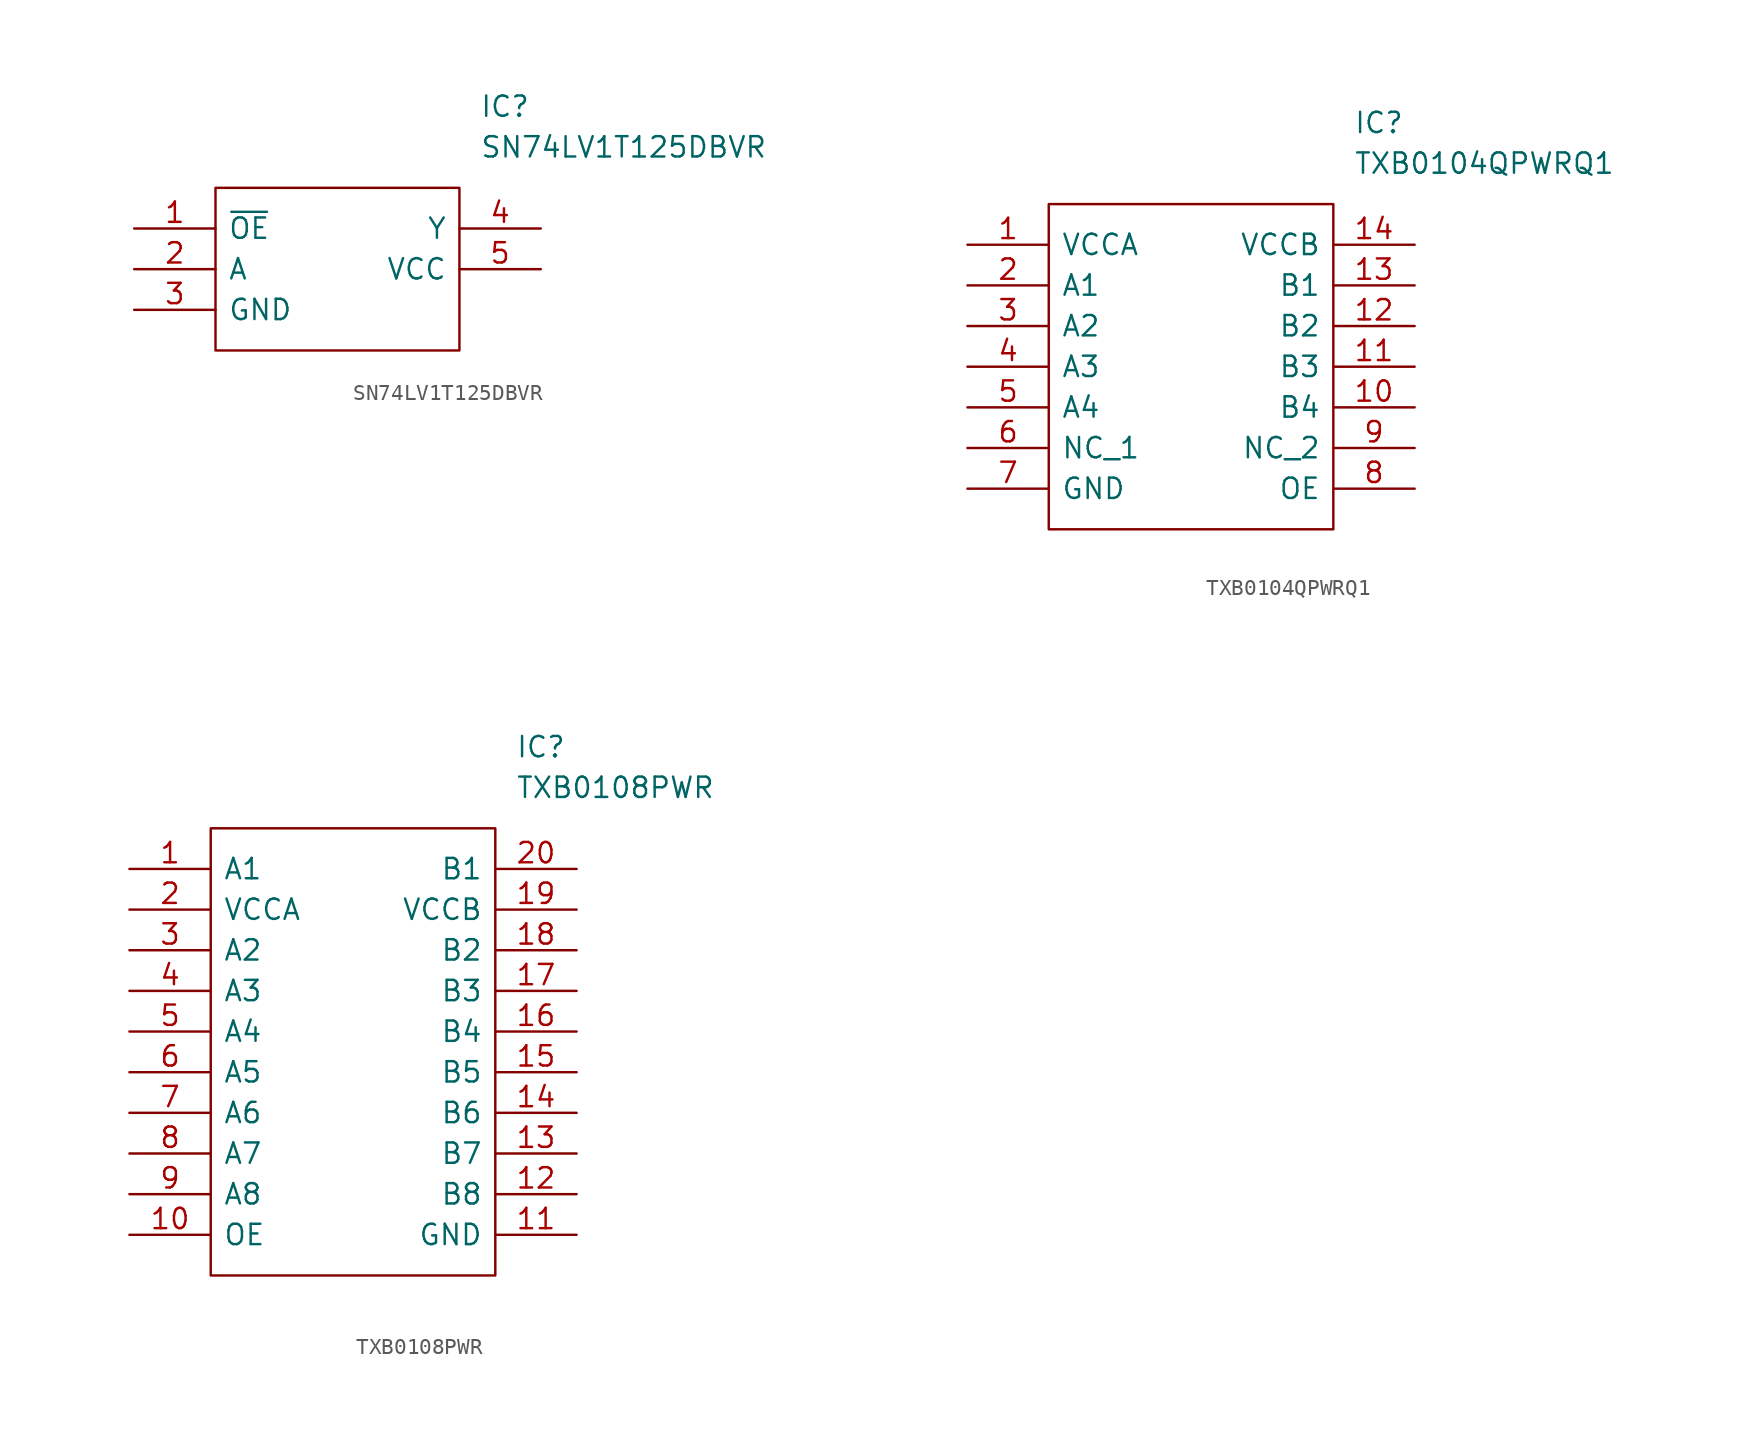
<source format=kicad_sym>
(kicad_symbol_lib
  (version 20211014)
  (generator kicad_symbol_editor)
  (symbol "SN74LV1T125DBVR"
    (pin_names
      (offset 0.762))
    (property "Reference" "IC"
      (at 21.59 7.62 0)
      (effects (font (size 1.27 1.27)) (justify left)))
    (property "Value" "SN74LV1T125DBVR"
      (at 21.59 5.08 0)
      (effects (font (size 1.27 1.27)) (justify left)))
    (symbol "SN74LV1T125DBVR_0_0"
      (pin passive line (at 0 0 0) (length 5.08) (name "~{OE}" (effects (font (size 1.27 1.27)))) (number "1" (effects (font (size 1.27 1.27)))))
      (pin passive line (at 0 -2.54 0) (length 5.08) (name "A" (effects (font (size 1.27 1.27)))) (number "2" (effects (font (size 1.27 1.27)))))
      (pin passive line (at 0 -5.08 0) (length 5.08) (name "GND" (effects (font (size 1.27 1.27)))) (number "3" (effects (font (size 1.27 1.27)))))
      (pin passive line (at 25.4 0 180) (length 5.08) (name "Y" (effects (font (size 1.27 1.27)))) (number "4" (effects (font (size 1.27 1.27)))))
      (pin passive line (at 25.4 -2.54 180) (length 5.08) (name "VCC" (effects (font (size 1.27 1.27)))) (number "5" (effects (font (size 1.27 1.27))))))
    (symbol "SN74LV1T125DBVR_0_1"
      (polyline (pts (xy 5.08 2.54) (xy 20.32 2.54) (xy 20.32 -7.62) (xy 5.08 -7.62) (xy 5.08 2.54)) (stroke (width 0.152) (type default) (color 0 0 0 0)) (fill (type none)))))
  (symbol "TXB0104QPWRQ1"
    (pin_names
      (offset 0.762))
    (property "Reference" "IC"
      (at 24.13 7.62 0)
      (effects (font (size 1.27 1.27)) (justify left)))
    (property "Value" "TXB0104QPWRQ1"
      (at 24.13 5.08 0)
      (effects (font (size 1.27 1.27)) (justify left)))
    (symbol "TXB0104QPWRQ1_0_0"
      (pin passive line (at 0 0 0) (length 5.08) (name "VCCA" (effects (font (size 1.27 1.27)))) (number "1" (effects (font (size 1.27 1.27)))))
      (pin passive line (at 27.94 -10.16 180) (length 5.08) (name "B4" (effects (font (size 1.27 1.27)))) (number "10" (effects (font (size 1.27 1.27)))))
      (pin passive line (at 27.94 -7.62 180) (length 5.08) (name "B3" (effects (font (size 1.27 1.27)))) (number "11" (effects (font (size 1.27 1.27)))))
      (pin passive line (at 27.94 -5.08 180) (length 5.08) (name "B2" (effects (font (size 1.27 1.27)))) (number "12" (effects (font (size 1.27 1.27)))))
      (pin passive line (at 27.94 -2.54 180) (length 5.08) (name "B1" (effects (font (size 1.27 1.27)))) (number "13" (effects (font (size 1.27 1.27)))))
      (pin passive line (at 27.94 0 180) (length 5.08) (name "VCCB" (effects (font (size 1.27 1.27)))) (number "14" (effects (font (size 1.27 1.27)))))
      (pin passive line (at 0 -2.54 0) (length 5.08) (name "A1" (effects (font (size 1.27 1.27)))) (number "2" (effects (font (size 1.27 1.27)))))
      (pin passive line (at 0 -5.08 0) (length 5.08) (name "A2" (effects (font (size 1.27 1.27)))) (number "3" (effects (font (size 1.27 1.27)))))
      (pin passive line (at 0 -7.62 0) (length 5.08) (name "A3" (effects (font (size 1.27 1.27)))) (number "4" (effects (font (size 1.27 1.27)))))
      (pin passive line (at 0 -10.16 0) (length 5.08) (name "A4" (effects (font (size 1.27 1.27)))) (number "5" (effects (font (size 1.27 1.27)))))
      (pin passive line (at 0 -12.7 0) (length 5.08) (name "NC_1" (effects (font (size 1.27 1.27)))) (number "6" (effects (font (size 1.27 1.27)))))
      (pin passive line (at 0 -15.24 0) (length 5.08) (name "GND" (effects (font (size 1.27 1.27)))) (number "7" (effects (font (size 1.27 1.27)))))
      (pin passive line (at 27.94 -15.24 180) (length 5.08) (name "OE" (effects (font (size 1.27 1.27)))) (number "8" (effects (font (size 1.27 1.27)))))
      (pin passive line (at 27.94 -12.7 180) (length 5.08) (name "NC_2" (effects (font (size 1.27 1.27)))) (number "9" (effects (font (size 1.27 1.27))))))
    (symbol "TXB0104QPWRQ1_0_1"
      (polyline (pts (xy 5.08 2.54) (xy 22.86 2.54) (xy 22.86 -17.78) (xy 5.08 -17.78) (xy 5.08 2.54)) (stroke (width 0.152) (type default) (color 0 0 0 0)) (fill (type none)))))
  (symbol "TXB0108PWR"
    (pin_names
      (offset 0.762))
    (property "Reference" "IC"
      (at 24.13 7.62 0)
      (effects (font (size 1.27 1.27)) (justify left)))
    (property "Value" "TXB0108PWR"
      (at 24.13 5.08 0)
      (effects (font (size 1.27 1.27)) (justify left)))
    (symbol "TXB0108PWR_0_0"
      (pin passive line (at 0 0 0) (length 5.08) (name "A1" (effects (font (size 1.27 1.27)))) (number "1" (effects (font (size 1.27 1.27)))))
      (pin passive line (at 0 -22.86 0) (length 5.08) (name "OE" (effects (font (size 1.27 1.27)))) (number "10" (effects (font (size 1.27 1.27)))))
      (pin passive line (at 27.94 -22.86 180) (length 5.08) (name "GND" (effects (font (size 1.27 1.27)))) (number "11" (effects (font (size 1.27 1.27)))))
      (pin passive line (at 27.94 -20.32 180) (length 5.08) (name "B8" (effects (font (size 1.27 1.27)))) (number "12" (effects (font (size 1.27 1.27)))))
      (pin passive line (at 27.94 -17.78 180) (length 5.08) (name "B7" (effects (font (size 1.27 1.27)))) (number "13" (effects (font (size 1.27 1.27)))))
      (pin passive line (at 27.94 -15.24 180) (length 5.08) (name "B6" (effects (font (size 1.27 1.27)))) (number "14" (effects (font (size 1.27 1.27)))))
      (pin passive line (at 27.94 -12.7 180) (length 5.08) (name "B5" (effects (font (size 1.27 1.27)))) (number "15" (effects (font (size 1.27 1.27)))))
      (pin passive line (at 27.94 -10.16 180) (length 5.08) (name "B4" (effects (font (size 1.27 1.27)))) (number "16" (effects (font (size 1.27 1.27)))))
      (pin passive line (at 27.94 -7.62 180) (length 5.08) (name "B3" (effects (font (size 1.27 1.27)))) (number "17" (effects (font (size 1.27 1.27)))))
      (pin passive line (at 27.94 -5.08 180) (length 5.08) (name "B2" (effects (font (size 1.27 1.27)))) (number "18" (effects (font (size 1.27 1.27)))))
      (pin passive line (at 27.94 -2.54 180) (length 5.08) (name "VCCB" (effects (font (size 1.27 1.27)))) (number "19" (effects (font (size 1.27 1.27)))))
      (pin passive line (at 0 -2.54 0) (length 5.08) (name "VCCA" (effects (font (size 1.27 1.27)))) (number "2" (effects (font (size 1.27 1.27)))))
      (pin passive line (at 27.94 0 180) (length 5.08) (name "B1" (effects (font (size 1.27 1.27)))) (number "20" (effects (font (size 1.27 1.27)))))
      (pin passive line (at 0 -5.08 0) (length 5.08) (name "A2" (effects (font (size 1.27 1.27)))) (number "3" (effects (font (size 1.27 1.27)))))
      (pin passive line (at 0 -7.62 0) (length 5.08) (name "A3" (effects (font (size 1.27 1.27)))) (number "4" (effects (font (size 1.27 1.27)))))
      (pin passive line (at 0 -10.16 0) (length 5.08) (name "A4" (effects (font (size 1.27 1.27)))) (number "5" (effects (font (size 1.27 1.27)))))
      (pin passive line (at 0 -12.7 0) (length 5.08) (name "A5" (effects (font (size 1.27 1.27)))) (number "6" (effects (font (size 1.27 1.27)))))
      (pin passive line (at 0 -15.24 0) (length 5.08) (name "A6" (effects (font (size 1.27 1.27)))) (number "7" (effects (font (size 1.27 1.27)))))
      (pin passive line (at 0 -17.78 0) (length 5.08) (name "A7" (effects (font (size 1.27 1.27)))) (number "8" (effects (font (size 1.27 1.27)))))
      (pin passive line (at 0 -20.32 0) (length 5.08) (name "A8" (effects (font (size 1.27 1.27)))) (number "9" (effects (font (size 1.27 1.27))))))
    (symbol "TXB0108PWR_0_1"
      (polyline (pts (xy 5.08 2.54) (xy 22.86 2.54) (xy 22.86 -25.4) (xy 5.08 -25.4) (xy 5.08 2.54)) (stroke (width 0.152) (type default) (color 0 0 0 0)) (fill (type none))))))
</source>
